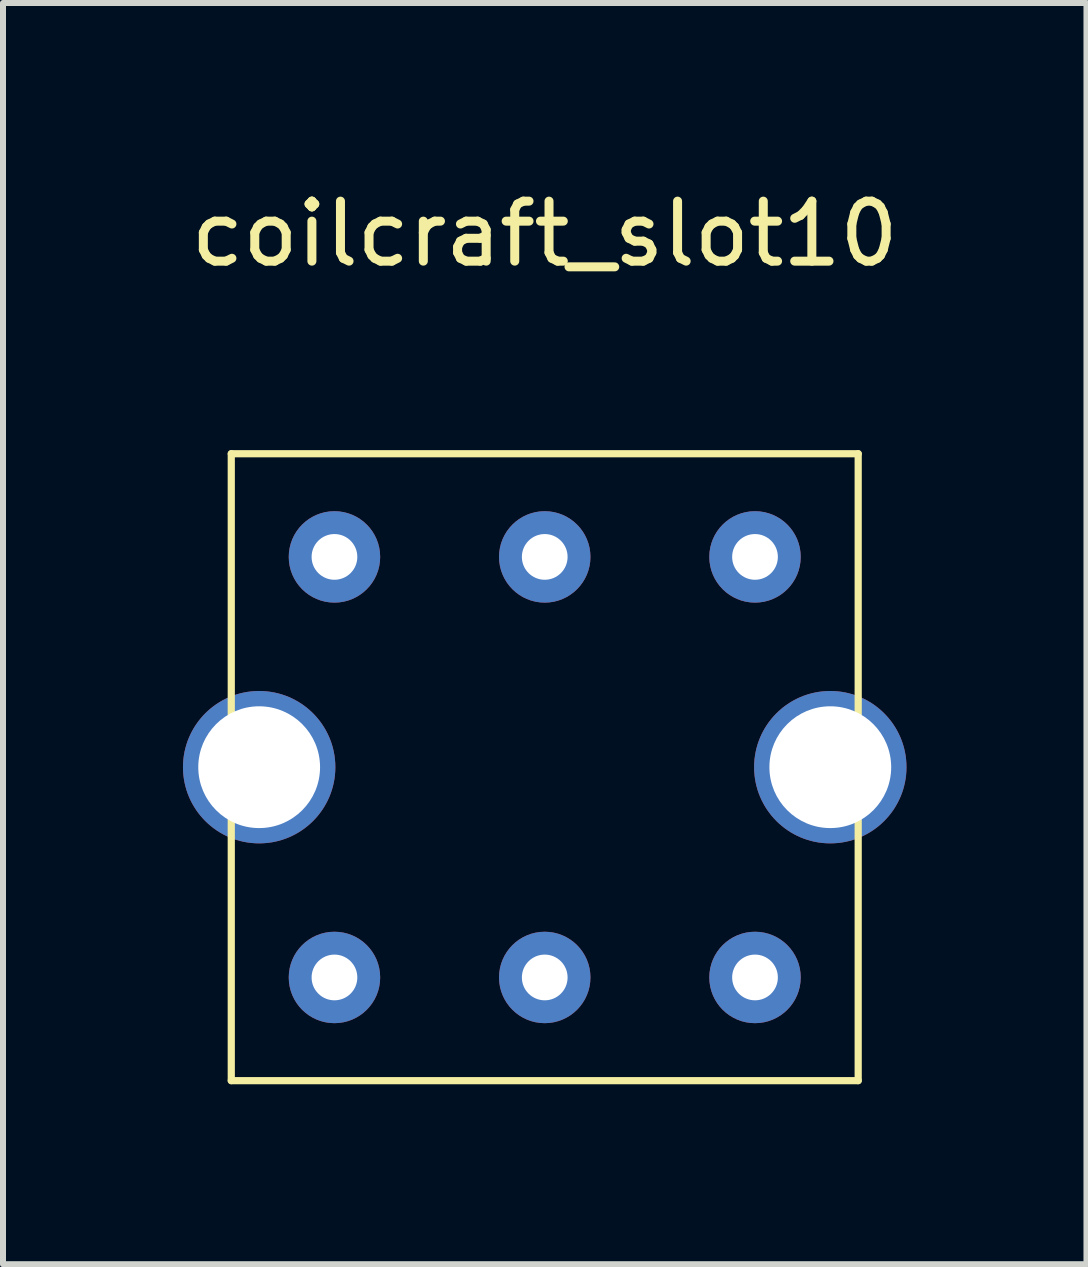
<source format=kicad_pcb>
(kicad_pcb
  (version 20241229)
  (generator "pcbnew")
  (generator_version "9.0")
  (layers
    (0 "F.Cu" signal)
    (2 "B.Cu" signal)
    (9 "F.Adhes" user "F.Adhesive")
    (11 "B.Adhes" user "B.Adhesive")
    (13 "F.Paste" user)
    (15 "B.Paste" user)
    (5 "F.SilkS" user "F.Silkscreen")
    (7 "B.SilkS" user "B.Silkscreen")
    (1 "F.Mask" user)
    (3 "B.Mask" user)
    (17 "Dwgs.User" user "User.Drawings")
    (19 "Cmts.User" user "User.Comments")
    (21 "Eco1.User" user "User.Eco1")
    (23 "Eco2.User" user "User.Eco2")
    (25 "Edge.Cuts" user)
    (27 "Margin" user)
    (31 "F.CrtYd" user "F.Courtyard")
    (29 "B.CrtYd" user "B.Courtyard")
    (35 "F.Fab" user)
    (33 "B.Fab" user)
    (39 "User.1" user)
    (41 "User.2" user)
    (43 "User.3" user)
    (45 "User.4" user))
  (footprint "coilcraft_slot10"
    (layer "F.Cu")
    (at 6.03 9.738)
    (property "Reference" "coilcraft_slot10" (at 0 -8.89 0) (layer "F.SilkS") (effects (font (size 1 1) (thickness 0.15))))
    (attr through_hole)
    (fp_line (start -5.225 -5.225) (end 5.225 -5.225) (stroke (width 0.12) (type solid)) (layer "F.SilkS"))
    (fp_line (start -5.225 5.225) (end -5.225 -5.225) (stroke (width 0.12) (type solid)) (layer "F.SilkS"))
    (fp_line (start 5.225 -5.225) (end 5.225 5.225) (stroke (width 0.12) (type solid)) (layer "F.SilkS"))
    (fp_line (start 5.225 5.225) (end -5.225 5.225) (stroke (width 0.12) (type solid)) (layer "F.SilkS"))
    (pad "1" thru_hole circle (at -3.505 -3.505) (size 1.524 1.524) (drill 0.762) (layers "*.Cu" "*.Mask"))
    (pad "2" thru_hole circle (at 0 -3.505) (size 1.524 1.524) (drill 0.762) (layers "*.Cu" "*.Mask"))
    (pad "3" thru_hole circle (at 3.505 -3.505) (size 1.524 1.524) (drill 0.762) (layers "*.Cu" "*.Mask"))
    (pad "4" thru_hole circle (at 3.505 3.505) (size 1.524 1.524) (drill 0.762) (layers "*.Cu" "*.Mask"))
    (pad "5" thru_hole circle (at 0 3.505) (size 1.524 1.524) (drill 0.762) (layers "*.Cu" "*.Mask"))
    (pad "6" thru_hole circle (at -3.505 3.505) (size 1.524 1.524) (drill 0.762) (layers "*.Cu" "*.Mask"))
    (pad "7" thru_hole circle (at 4.76 0) (size 2.54 2.54) (drill 2.03) (layers "*.Cu" "*.Mask"))
    (pad "8" thru_hole circle (at -4.76 0) (size 2.54 2.54) (drill 2.03) (layers "*.Cu" "*.Mask")))
  (gr_rect
    (start -3 -3)
    (end 15.06 18.023)
    (stroke (width 0.1) (type default))
    (fill no)
    (layer "Edge.Cuts")))
</source>
